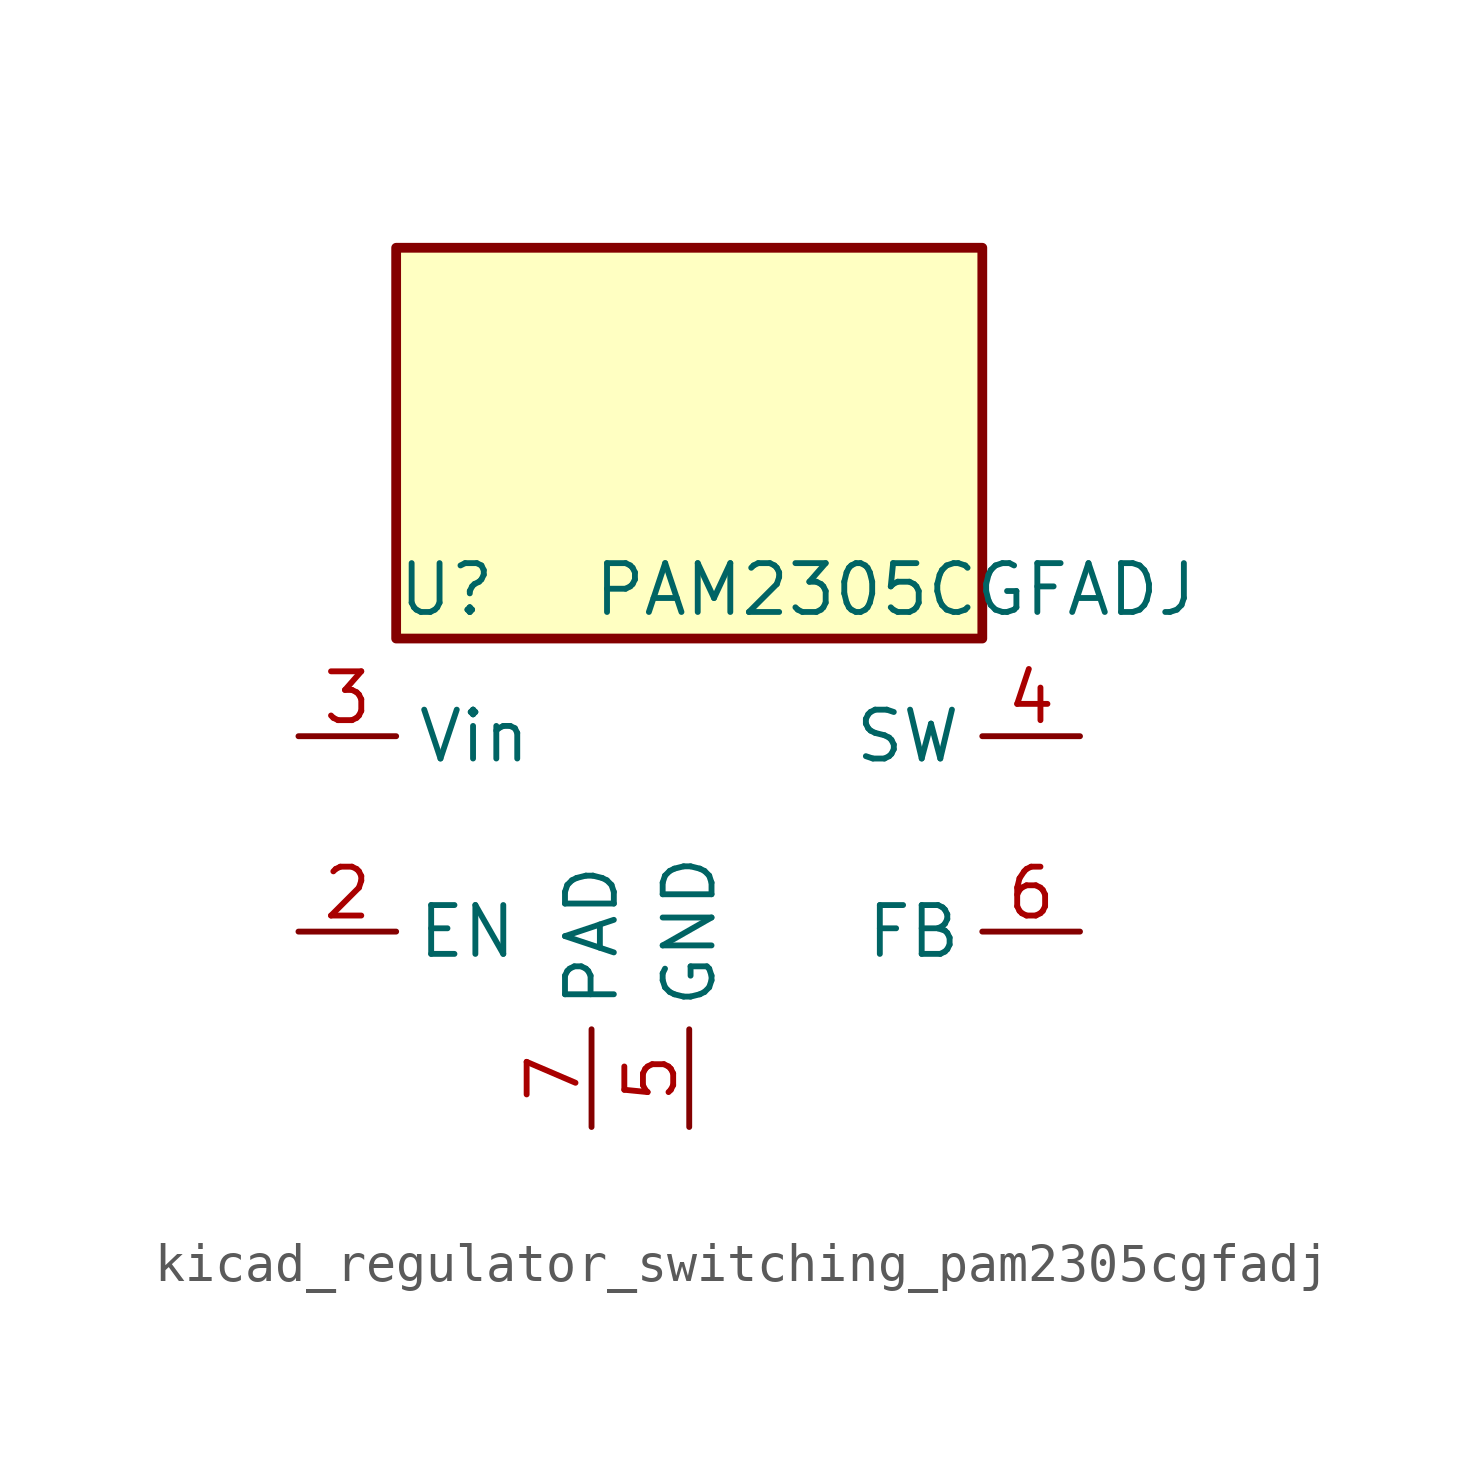
<source format=kicad_sym>
(kicad_symbol_lib
  (version 20220914)
  (generator kicad_symbol_editor)
  (symbol "kicad_regulator_switching_pam2305cgfadj"
    (property "Reference" "U"
      (at -7.62 6.35 0)
      (effects (font (size 1.27 1.27)) (justify left)))
    (property "Value" "PAM2305CGFADJ"
      (at -2.54 6.35 0)
      (effects (font (size 1.27 1.27)) (justify left)))
    (symbol "kicad_regulator_switching_pam2305cgfadj_0_1"
      (rectangle (start 7.62 15.24) (end -7.62 5.08) (stroke (width 0.254) (type default)) (fill (type background))))
    (symbol "kicad_regulator_switching_pam2305cgfadj_1_1"
      (pin no_connect line (at -7.62 0 0) (length 2.54) hide (name "NC" (effects (font (size 1.27 1.27)))) (number "1" (effects (font (size 1.27 1.27)))))
      (pin input line (at -10.16 -2.54 0) (length 2.54) (name "EN" (effects (font (size 1.27 1.27)))) (number "2" (effects (font (size 1.27 1.27)))))
      (pin power_in line (at -10.16 2.54 0) (length 2.54) (name "Vin" (effects (font (size 1.27 1.27)))) (number "3" (effects (font (size 1.27 1.27)))))
      (pin output line (at 10.16 2.54 180) (length 2.54) (name "SW" (effects (font (size 1.27 1.27)))) (number "4" (effects (font (size 1.27 1.27)))))
      (pin power_in line (at 0 -7.62 90) (length 2.54) (name "GND" (effects (font (size 1.27 1.27)))) (number "5" (effects (font (size 1.27 1.27)))))
      (pin input line (at 10.16 -2.54 180) (length 2.54) (name "FB" (effects (font (size 1.27 1.27)))) (number "6" (effects (font (size 1.27 1.27)))))
      (pin passive line (at -2.54 -7.62 90) (length 2.54) (name "PAD" (effects (font (size 1.27 1.27)))) (number "7" (effects (font (size 1.27 1.27))))))))
</source>
